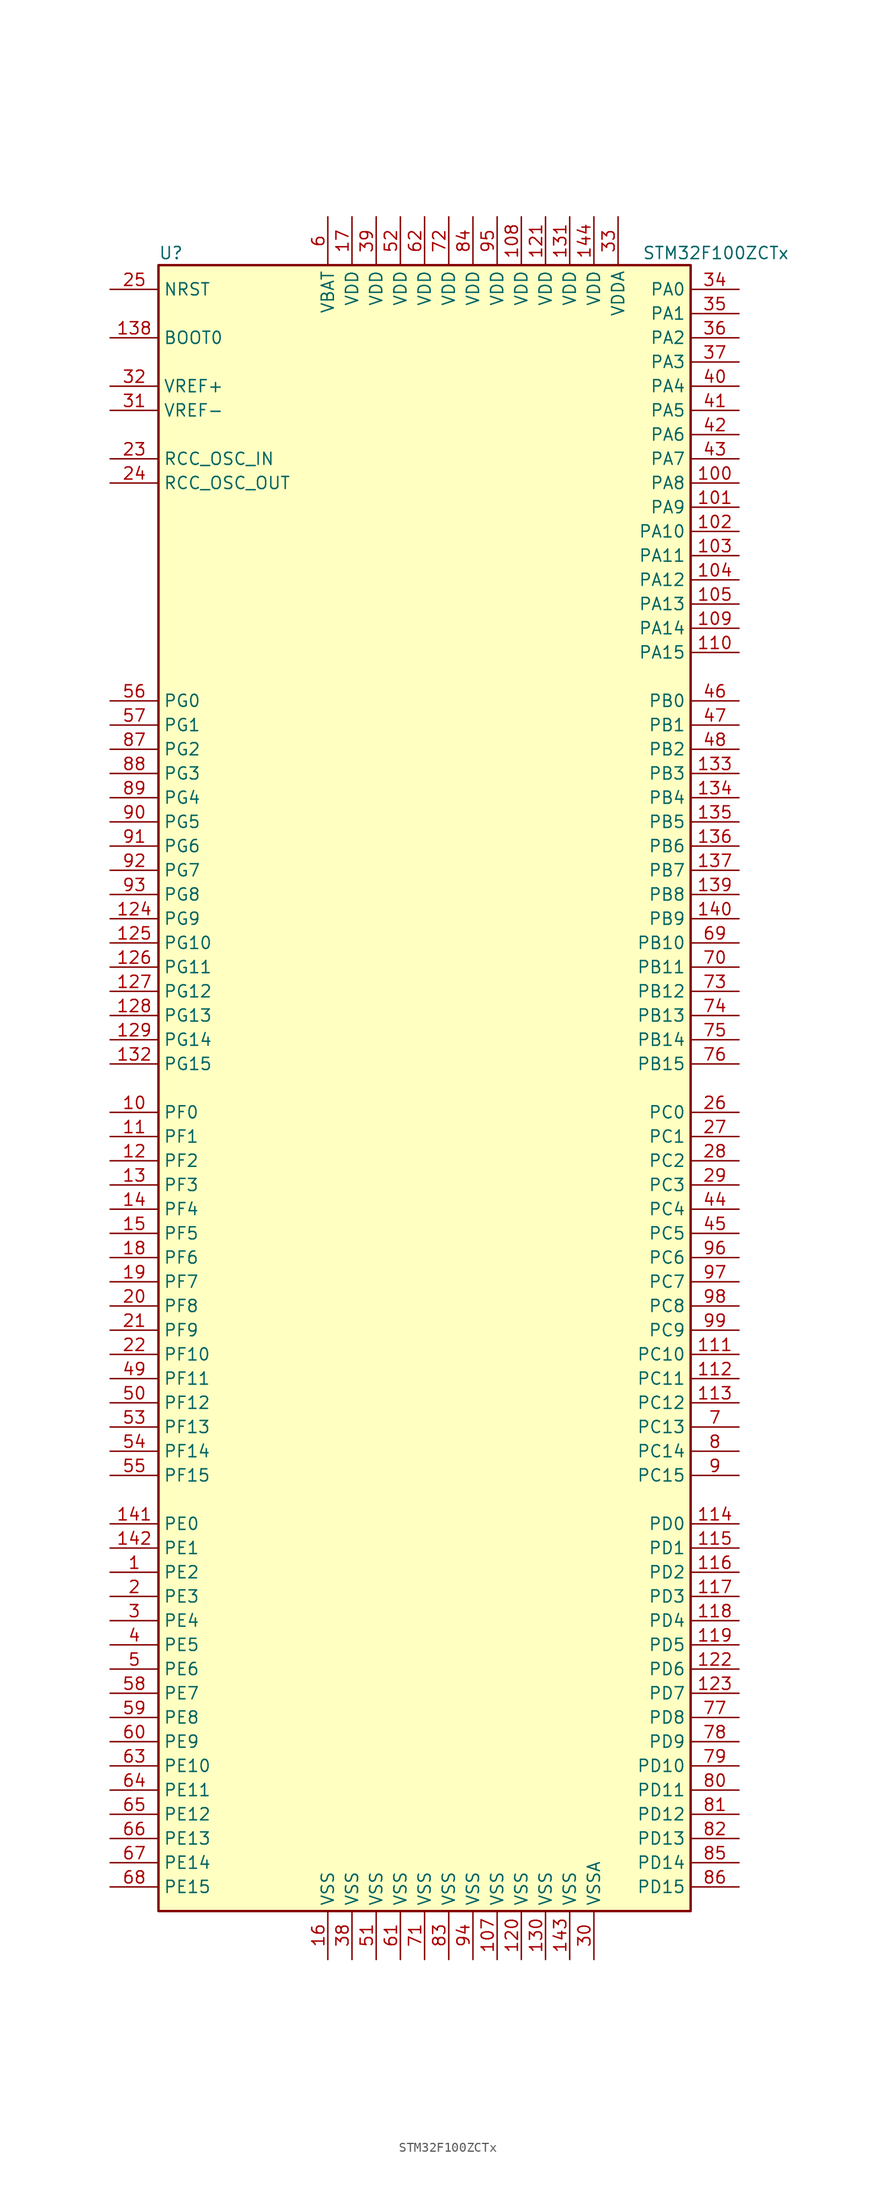
<source format=kicad_sym>
(kicad_symbol_lib
  (version 20200908)
  (generator kicad_symbol_editor)
  (symbol "MCU_ST_STM32F1:STM32F100ZCTx"
    (property "Reference" "U"
      (at -27.94 87.63 0)
      (effects (font (size 1.27 1.27)) (justify left)))
    (property "Value" "STM32F100ZCTx"
      (at 22.86 87.63 0)
      (effects (font (size 1.27 1.27)) (justify left)))
    (symbol "STM32F100ZCTx_0_1"
      (rectangle (start -27.94 -86.36) (end 27.94 86.36) (stroke (width 0.254)) (fill (type background))))
    (symbol "STM32F100ZCTx_1_1"
      (pin input line (at -33.02 78.74 0) (length 5.08) (name "BOOT0" (effects (font (size 1.27 1.27)))) (number "138" (effects (font (size 1.27 1.27)))))
      (pin unconnected line (at -27.94 -83.82 0) (length 5.08) hide (name "NC" (effects (font (size 1.27 1.27)))) (number "106" (effects (font (size 1.27 1.27)))))
      (pin input line (at -33.02 83.82 0) (length 5.08) (name "NRST" (effects (font (size 1.27 1.27)))) (number "25" (effects (font (size 1.27 1.27)))))
      (pin bidirectional line (at 33.02 83.82 180) (length 5.08) (name "PA0" (effects (font (size 1.27 1.27)))) (number "34" (effects (font (size 1.27 1.27)))))
      (pin bidirectional line (at 33.02 81.28 180) (length 5.08) (name "PA1" (effects (font (size 1.27 1.27)))) (number "35" (effects (font (size 1.27 1.27)))))
      (pin bidirectional line (at 33.02 58.42 180) (length 5.08) (name "PA10" (effects (font (size 1.27 1.27)))) (number "102" (effects (font (size 1.27 1.27)))))
      (pin bidirectional line (at 33.02 55.88 180) (length 5.08) (name "PA11" (effects (font (size 1.27 1.27)))) (number "103" (effects (font (size 1.27 1.27)))))
      (pin bidirectional line (at 33.02 53.34 180) (length 5.08) (name "PA12" (effects (font (size 1.27 1.27)))) (number "104" (effects (font (size 1.27 1.27)))))
      (pin bidirectional line (at 33.02 50.8 180) (length 5.08) (name "PA13" (effects (font (size 1.27 1.27)))) (number "105" (effects (font (size 1.27 1.27)))))
      (pin bidirectional line (at 33.02 48.26 180) (length 5.08) (name "PA14" (effects (font (size 1.27 1.27)))) (number "109" (effects (font (size 1.27 1.27)))))
      (pin bidirectional line (at 33.02 45.72 180) (length 5.08) (name "PA15" (effects (font (size 1.27 1.27)))) (number "110" (effects (font (size 1.27 1.27)))))
      (pin bidirectional line (at 33.02 78.74 180) (length 5.08) (name "PA2" (effects (font (size 1.27 1.27)))) (number "36" (effects (font (size 1.27 1.27)))))
      (pin bidirectional line (at 33.02 76.2 180) (length 5.08) (name "PA3" (effects (font (size 1.27 1.27)))) (number "37" (effects (font (size 1.27 1.27)))))
      (pin bidirectional line (at 33.02 73.66 180) (length 5.08) (name "PA4" (effects (font (size 1.27 1.27)))) (number "40" (effects (font (size 1.27 1.27)))))
      (pin bidirectional line (at 33.02 71.12 180) (length 5.08) (name "PA5" (effects (font (size 1.27 1.27)))) (number "41" (effects (font (size 1.27 1.27)))))
      (pin bidirectional line (at 33.02 68.58 180) (length 5.08) (name "PA6" (effects (font (size 1.27 1.27)))) (number "42" (effects (font (size 1.27 1.27)))))
      (pin bidirectional line (at 33.02 66.04 180) (length 5.08) (name "PA7" (effects (font (size 1.27 1.27)))) (number "43" (effects (font (size 1.27 1.27)))))
      (pin bidirectional line (at 33.02 63.5 180) (length 5.08) (name "PA8" (effects (font (size 1.27 1.27)))) (number "100" (effects (font (size 1.27 1.27)))))
      (pin bidirectional line (at 33.02 60.96 180) (length 5.08) (name "PA9" (effects (font (size 1.27 1.27)))) (number "101" (effects (font (size 1.27 1.27)))))
      (pin bidirectional line (at 33.02 40.64 180) (length 5.08) (name "PB0" (effects (font (size 1.27 1.27)))) (number "46" (effects (font (size 1.27 1.27)))))
      (pin bidirectional line (at 33.02 38.1 180) (length 5.08) (name "PB1" (effects (font (size 1.27 1.27)))) (number "47" (effects (font (size 1.27 1.27)))))
      (pin bidirectional line (at 33.02 15.24 180) (length 5.08) (name "PB10" (effects (font (size 1.27 1.27)))) (number "69" (effects (font (size 1.27 1.27)))))
      (pin bidirectional line (at 33.02 12.7 180) (length 5.08) (name "PB11" (effects (font (size 1.27 1.27)))) (number "70" (effects (font (size 1.27 1.27)))))
      (pin bidirectional line (at 33.02 10.16 180) (length 5.08) (name "PB12" (effects (font (size 1.27 1.27)))) (number "73" (effects (font (size 1.27 1.27)))))
      (pin bidirectional line (at 33.02 7.62 180) (length 5.08) (name "PB13" (effects (font (size 1.27 1.27)))) (number "74" (effects (font (size 1.27 1.27)))))
      (pin bidirectional line (at 33.02 5.08 180) (length 5.08) (name "PB14" (effects (font (size 1.27 1.27)))) (number "75" (effects (font (size 1.27 1.27)))))
      (pin bidirectional line (at 33.02 2.54 180) (length 5.08) (name "PB15" (effects (font (size 1.27 1.27)))) (number "76" (effects (font (size 1.27 1.27)))))
      (pin bidirectional line (at 33.02 35.56 180) (length 5.08) (name "PB2" (effects (font (size 1.27 1.27)))) (number "48" (effects (font (size 1.27 1.27)))))
      (pin bidirectional line (at 33.02 33.02 180) (length 5.08) (name "PB3" (effects (font (size 1.27 1.27)))) (number "133" (effects (font (size 1.27 1.27)))))
      (pin bidirectional line (at 33.02 30.48 180) (length 5.08) (name "PB4" (effects (font (size 1.27 1.27)))) (number "134" (effects (font (size 1.27 1.27)))))
      (pin bidirectional line (at 33.02 27.94 180) (length 5.08) (name "PB5" (effects (font (size 1.27 1.27)))) (number "135" (effects (font (size 1.27 1.27)))))
      (pin bidirectional line (at 33.02 25.4 180) (length 5.08) (name "PB6" (effects (font (size 1.27 1.27)))) (number "136" (effects (font (size 1.27 1.27)))))
      (pin bidirectional line (at 33.02 22.86 180) (length 5.08) (name "PB7" (effects (font (size 1.27 1.27)))) (number "137" (effects (font (size 1.27 1.27)))))
      (pin bidirectional line (at 33.02 20.32 180) (length 5.08) (name "PB8" (effects (font (size 1.27 1.27)))) (number "139" (effects (font (size 1.27 1.27)))))
      (pin bidirectional line (at 33.02 17.78 180) (length 5.08) (name "PB9" (effects (font (size 1.27 1.27)))) (number "140" (effects (font (size 1.27 1.27)))))
      (pin bidirectional line (at 33.02 -2.54 180) (length 5.08) (name "PC0" (effects (font (size 1.27 1.27)))) (number "26" (effects (font (size 1.27 1.27)))))
      (pin bidirectional line (at 33.02 -5.08 180) (length 5.08) (name "PC1" (effects (font (size 1.27 1.27)))) (number "27" (effects (font (size 1.27 1.27)))))
      (pin bidirectional line (at 33.02 -27.94 180) (length 5.08) (name "PC10" (effects (font (size 1.27 1.27)))) (number "111" (effects (font (size 1.27 1.27)))))
      (pin bidirectional line (at 33.02 -30.48 180) (length 5.08) (name "PC11" (effects (font (size 1.27 1.27)))) (number "112" (effects (font (size 1.27 1.27)))))
      (pin bidirectional line (at 33.02 -33.02 180) (length 5.08) (name "PC12" (effects (font (size 1.27 1.27)))) (number "113" (effects (font (size 1.27 1.27)))))
      (pin bidirectional line (at 33.02 -35.56 180) (length 5.08) (name "PC13" (effects (font (size 1.27 1.27)))) (number "7" (effects (font (size 1.27 1.27)))))
      (pin bidirectional line (at 33.02 -38.1 180) (length 5.08) (name "PC14" (effects (font (size 1.27 1.27)))) (number "8" (effects (font (size 1.27 1.27)))))
      (pin bidirectional line (at 33.02 -40.64 180) (length 5.08) (name "PC15" (effects (font (size 1.27 1.27)))) (number "9" (effects (font (size 1.27 1.27)))))
      (pin bidirectional line (at 33.02 -7.62 180) (length 5.08) (name "PC2" (effects (font (size 1.27 1.27)))) (number "28" (effects (font (size 1.27 1.27)))))
      (pin bidirectional line (at 33.02 -10.16 180) (length 5.08) (name "PC3" (effects (font (size 1.27 1.27)))) (number "29" (effects (font (size 1.27 1.27)))))
      (pin bidirectional line (at 33.02 -12.7 180) (length 5.08) (name "PC4" (effects (font (size 1.27 1.27)))) (number "44" (effects (font (size 1.27 1.27)))))
      (pin bidirectional line (at 33.02 -15.24 180) (length 5.08) (name "PC5" (effects (font (size 1.27 1.27)))) (number "45" (effects (font (size 1.27 1.27)))))
      (pin bidirectional line (at 33.02 -17.78 180) (length 5.08) (name "PC6" (effects (font (size 1.27 1.27)))) (number "96" (effects (font (size 1.27 1.27)))))
      (pin bidirectional line (at 33.02 -20.32 180) (length 5.08) (name "PC7" (effects (font (size 1.27 1.27)))) (number "97" (effects (font (size 1.27 1.27)))))
      (pin bidirectional line (at 33.02 -22.86 180) (length 5.08) (name "PC8" (effects (font (size 1.27 1.27)))) (number "98" (effects (font (size 1.27 1.27)))))
      (pin bidirectional line (at 33.02 -25.4 180) (length 5.08) (name "PC9" (effects (font (size 1.27 1.27)))) (number "99" (effects (font (size 1.27 1.27)))))
      (pin bidirectional line (at 33.02 -45.72 180) (length 5.08) (name "PD0" (effects (font (size 1.27 1.27)))) (number "114" (effects (font (size 1.27 1.27)))))
      (pin bidirectional line (at 33.02 -48.26 180) (length 5.08) (name "PD1" (effects (font (size 1.27 1.27)))) (number "115" (effects (font (size 1.27 1.27)))))
      (pin bidirectional line (at 33.02 -71.12 180) (length 5.08) (name "PD10" (effects (font (size 1.27 1.27)))) (number "79" (effects (font (size 1.27 1.27)))))
      (pin bidirectional line (at 33.02 -73.66 180) (length 5.08) (name "PD11" (effects (font (size 1.27 1.27)))) (number "80" (effects (font (size 1.27 1.27)))))
      (pin bidirectional line (at 33.02 -76.2 180) (length 5.08) (name "PD12" (effects (font (size 1.27 1.27)))) (number "81" (effects (font (size 1.27 1.27)))))
      (pin bidirectional line (at 33.02 -78.74 180) (length 5.08) (name "PD13" (effects (font (size 1.27 1.27)))) (number "82" (effects (font (size 1.27 1.27)))))
      (pin bidirectional line (at 33.02 -81.28 180) (length 5.08) (name "PD14" (effects (font (size 1.27 1.27)))) (number "85" (effects (font (size 1.27 1.27)))))
      (pin bidirectional line (at 33.02 -83.82 180) (length 5.08) (name "PD15" (effects (font (size 1.27 1.27)))) (number "86" (effects (font (size 1.27 1.27)))))
      (pin bidirectional line (at 33.02 -50.8 180) (length 5.08) (name "PD2" (effects (font (size 1.27 1.27)))) (number "116" (effects (font (size 1.27 1.27)))))
      (pin bidirectional line (at 33.02 -53.34 180) (length 5.08) (name "PD3" (effects (font (size 1.27 1.27)))) (number "117" (effects (font (size 1.27 1.27)))))
      (pin bidirectional line (at 33.02 -55.88 180) (length 5.08) (name "PD4" (effects (font (size 1.27 1.27)))) (number "118" (effects (font (size 1.27 1.27)))))
      (pin bidirectional line (at 33.02 -58.42 180) (length 5.08) (name "PD5" (effects (font (size 1.27 1.27)))) (number "119" (effects (font (size 1.27 1.27)))))
      (pin bidirectional line (at 33.02 -60.96 180) (length 5.08) (name "PD6" (effects (font (size 1.27 1.27)))) (number "122" (effects (font (size 1.27 1.27)))))
      (pin bidirectional line (at 33.02 -63.5 180) (length 5.08) (name "PD7" (effects (font (size 1.27 1.27)))) (number "123" (effects (font (size 1.27 1.27)))))
      (pin bidirectional line (at 33.02 -66.04 180) (length 5.08) (name "PD8" (effects (font (size 1.27 1.27)))) (number "77" (effects (font (size 1.27 1.27)))))
      (pin bidirectional line (at 33.02 -68.58 180) (length 5.08) (name "PD9" (effects (font (size 1.27 1.27)))) (number "78" (effects (font (size 1.27 1.27)))))
      (pin bidirectional line (at -33.02 -45.72 0) (length 5.08) (name "PE0" (effects (font (size 1.27 1.27)))) (number "141" (effects (font (size 1.27 1.27)))))
      (pin bidirectional line (at -33.02 -48.26 0) (length 5.08) (name "PE1" (effects (font (size 1.27 1.27)))) (number "142" (effects (font (size 1.27 1.27)))))
      (pin bidirectional line (at -33.02 -71.12 0) (length 5.08) (name "PE10" (effects (font (size 1.27 1.27)))) (number "63" (effects (font (size 1.27 1.27)))))
      (pin bidirectional line (at -33.02 -73.66 0) (length 5.08) (name "PE11" (effects (font (size 1.27 1.27)))) (number "64" (effects (font (size 1.27 1.27)))))
      (pin bidirectional line (at -33.02 -76.2 0) (length 5.08) (name "PE12" (effects (font (size 1.27 1.27)))) (number "65" (effects (font (size 1.27 1.27)))))
      (pin bidirectional line (at -33.02 -78.74 0) (length 5.08) (name "PE13" (effects (font (size 1.27 1.27)))) (number "66" (effects (font (size 1.27 1.27)))))
      (pin bidirectional line (at -33.02 -81.28 0) (length 5.08) (name "PE14" (effects (font (size 1.27 1.27)))) (number "67" (effects (font (size 1.27 1.27)))))
      (pin bidirectional line (at -33.02 -83.82 0) (length 5.08) (name "PE15" (effects (font (size 1.27 1.27)))) (number "68" (effects (font (size 1.27 1.27)))))
      (pin bidirectional line (at -33.02 -50.8 0) (length 5.08) (name "PE2" (effects (font (size 1.27 1.27)))) (number "1" (effects (font (size 1.27 1.27)))))
      (pin bidirectional line (at -33.02 -53.34 0) (length 5.08) (name "PE3" (effects (font (size 1.27 1.27)))) (number "2" (effects (font (size 1.27 1.27)))))
      (pin bidirectional line (at -33.02 -55.88 0) (length 5.08) (name "PE4" (effects (font (size 1.27 1.27)))) (number "3" (effects (font (size 1.27 1.27)))))
      (pin bidirectional line (at -33.02 -58.42 0) (length 5.08) (name "PE5" (effects (font (size 1.27 1.27)))) (number "4" (effects (font (size 1.27 1.27)))))
      (pin bidirectional line (at -33.02 -60.96 0) (length 5.08) (name "PE6" (effects (font (size 1.27 1.27)))) (number "5" (effects (font (size 1.27 1.27)))))
      (pin bidirectional line (at -33.02 -63.5 0) (length 5.08) (name "PE7" (effects (font (size 1.27 1.27)))) (number "58" (effects (font (size 1.27 1.27)))))
      (pin bidirectional line (at -33.02 -66.04 0) (length 5.08) (name "PE8" (effects (font (size 1.27 1.27)))) (number "59" (effects (font (size 1.27 1.27)))))
      (pin bidirectional line (at -33.02 -68.58 0) (length 5.08) (name "PE9" (effects (font (size 1.27 1.27)))) (number "60" (effects (font (size 1.27 1.27)))))
      (pin bidirectional line (at -33.02 -2.54 0) (length 5.08) (name "PF0" (effects (font (size 1.27 1.27)))) (number "10" (effects (font (size 1.27 1.27)))))
      (pin bidirectional line (at -33.02 -5.08 0) (length 5.08) (name "PF1" (effects (font (size 1.27 1.27)))) (number "11" (effects (font (size 1.27 1.27)))))
      (pin bidirectional line (at -33.02 -27.94 0) (length 5.08) (name "PF10" (effects (font (size 1.27 1.27)))) (number "22" (effects (font (size 1.27 1.27)))))
      (pin bidirectional line (at -33.02 -30.48 0) (length 5.08) (name "PF11" (effects (font (size 1.27 1.27)))) (number "49" (effects (font (size 1.27 1.27)))))
      (pin bidirectional line (at -33.02 -33.02 0) (length 5.08) (name "PF12" (effects (font (size 1.27 1.27)))) (number "50" (effects (font (size 1.27 1.27)))))
      (pin bidirectional line (at -33.02 -35.56 0) (length 5.08) (name "PF13" (effects (font (size 1.27 1.27)))) (number "53" (effects (font (size 1.27 1.27)))))
      (pin bidirectional line (at -33.02 -38.1 0) (length 5.08) (name "PF14" (effects (font (size 1.27 1.27)))) (number "54" (effects (font (size 1.27 1.27)))))
      (pin bidirectional line (at -33.02 -40.64 0) (length 5.08) (name "PF15" (effects (font (size 1.27 1.27)))) (number "55" (effects (font (size 1.27 1.27)))))
      (pin bidirectional line (at -33.02 -7.62 0) (length 5.08) (name "PF2" (effects (font (size 1.27 1.27)))) (number "12" (effects (font (size 1.27 1.27)))))
      (pin bidirectional line (at -33.02 -10.16 0) (length 5.08) (name "PF3" (effects (font (size 1.27 1.27)))) (number "13" (effects (font (size 1.27 1.27)))))
      (pin bidirectional line (at -33.02 -12.7 0) (length 5.08) (name "PF4" (effects (font (size 1.27 1.27)))) (number "14" (effects (font (size 1.27 1.27)))))
      (pin bidirectional line (at -33.02 -15.24 0) (length 5.08) (name "PF5" (effects (font (size 1.27 1.27)))) (number "15" (effects (font (size 1.27 1.27)))))
      (pin bidirectional line (at -33.02 -17.78 0) (length 5.08) (name "PF6" (effects (font (size 1.27 1.27)))) (number "18" (effects (font (size 1.27 1.27)))))
      (pin bidirectional line (at -33.02 -20.32 0) (length 5.08) (name "PF7" (effects (font (size 1.27 1.27)))) (number "19" (effects (font (size 1.27 1.27)))))
      (pin bidirectional line (at -33.02 -22.86 0) (length 5.08) (name "PF8" (effects (font (size 1.27 1.27)))) (number "20" (effects (font (size 1.27 1.27)))))
      (pin bidirectional line (at -33.02 -25.4 0) (length 5.08) (name "PF9" (effects (font (size 1.27 1.27)))) (number "21" (effects (font (size 1.27 1.27)))))
      (pin bidirectional line (at -33.02 40.64 0) (length 5.08) (name "PG0" (effects (font (size 1.27 1.27)))) (number "56" (effects (font (size 1.27 1.27)))))
      (pin bidirectional line (at -33.02 38.1 0) (length 5.08) (name "PG1" (effects (font (size 1.27 1.27)))) (number "57" (effects (font (size 1.27 1.27)))))
      (pin bidirectional line (at -33.02 15.24 0) (length 5.08) (name "PG10" (effects (font (size 1.27 1.27)))) (number "125" (effects (font (size 1.27 1.27)))))
      (pin bidirectional line (at -33.02 12.7 0) (length 5.08) (name "PG11" (effects (font (size 1.27 1.27)))) (number "126" (effects (font (size 1.27 1.27)))))
      (pin bidirectional line (at -33.02 10.16 0) (length 5.08) (name "PG12" (effects (font (size 1.27 1.27)))) (number "127" (effects (font (size 1.27 1.27)))))
      (pin bidirectional line (at -33.02 7.62 0) (length 5.08) (name "PG13" (effects (font (size 1.27 1.27)))) (number "128" (effects (font (size 1.27 1.27)))))
      (pin bidirectional line (at -33.02 5.08 0) (length 5.08) (name "PG14" (effects (font (size 1.27 1.27)))) (number "129" (effects (font (size 1.27 1.27)))))
      (pin bidirectional line (at -33.02 2.54 0) (length 5.08) (name "PG15" (effects (font (size 1.27 1.27)))) (number "132" (effects (font (size 1.27 1.27)))))
      (pin bidirectional line (at -33.02 35.56 0) (length 5.08) (name "PG2" (effects (font (size 1.27 1.27)))) (number "87" (effects (font (size 1.27 1.27)))))
      (pin bidirectional line (at -33.02 33.02 0) (length 5.08) (name "PG3" (effects (font (size 1.27 1.27)))) (number "88" (effects (font (size 1.27 1.27)))))
      (pin bidirectional line (at -33.02 30.48 0) (length 5.08) (name "PG4" (effects (font (size 1.27 1.27)))) (number "89" (effects (font (size 1.27 1.27)))))
      (pin bidirectional line (at -33.02 27.94 0) (length 5.08) (name "PG5" (effects (font (size 1.27 1.27)))) (number "90" (effects (font (size 1.27 1.27)))))
      (pin bidirectional line (at -33.02 25.4 0) (length 5.08) (name "PG6" (effects (font (size 1.27 1.27)))) (number "91" (effects (font (size 1.27 1.27)))))
      (pin bidirectional line (at -33.02 22.86 0) (length 5.08) (name "PG7" (effects (font (size 1.27 1.27)))) (number "92" (effects (font (size 1.27 1.27)))))
      (pin bidirectional line (at -33.02 20.32 0) (length 5.08) (name "PG8" (effects (font (size 1.27 1.27)))) (number "93" (effects (font (size 1.27 1.27)))))
      (pin bidirectional line (at -33.02 17.78 0) (length 5.08) (name "PG9" (effects (font (size 1.27 1.27)))) (number "124" (effects (font (size 1.27 1.27)))))
      (pin input line (at -33.02 66.04 0) (length 5.08) (name "RCC_OSC_IN" (effects (font (size 1.27 1.27)))) (number "23" (effects (font (size 1.27 1.27)))))
      (pin input line (at -33.02 63.5 0) (length 5.08) (name "RCC_OSC_OUT" (effects (font (size 1.27 1.27)))) (number "24" (effects (font (size 1.27 1.27)))))
      (pin power_in line (at -10.16 91.44 270) (length 5.08) (name "VBAT" (effects (font (size 1.27 1.27)))) (number "6" (effects (font (size 1.27 1.27)))))
      (pin power_in line (at 10.16 91.44 270) (length 5.08) (name "VDD" (effects (font (size 1.27 1.27)))) (number "108" (effects (font (size 1.27 1.27)))))
      (pin power_in line (at 12.7 91.44 270) (length 5.08) (name "VDD" (effects (font (size 1.27 1.27)))) (number "121" (effects (font (size 1.27 1.27)))))
      (pin power_in line (at 15.24 91.44 270) (length 5.08) (name "VDD" (effects (font (size 1.27 1.27)))) (number "131" (effects (font (size 1.27 1.27)))))
      (pin power_in line (at 17.78 91.44 270) (length 5.08) (name "VDD" (effects (font (size 1.27 1.27)))) (number "144" (effects (font (size 1.27 1.27)))))
      (pin power_in line (at -7.62 91.44 270) (length 5.08) (name "VDD" (effects (font (size 1.27 1.27)))) (number "17" (effects (font (size 1.27 1.27)))))
      (pin power_in line (at -5.08 91.44 270) (length 5.08) (name "VDD" (effects (font (size 1.27 1.27)))) (number "39" (effects (font (size 1.27 1.27)))))
      (pin power_in line (at -2.54 91.44 270) (length 5.08) (name "VDD" (effects (font (size 1.27 1.27)))) (number "52" (effects (font (size 1.27 1.27)))))
      (pin power_in line (at 0 91.44 270) (length 5.08) (name "VDD" (effects (font (size 1.27 1.27)))) (number "62" (effects (font (size 1.27 1.27)))))
      (pin power_in line (at 2.54 91.44 270) (length 5.08) (name "VDD" (effects (font (size 1.27 1.27)))) (number "72" (effects (font (size 1.27 1.27)))))
      (pin power_in line (at 5.08 91.44 270) (length 5.08) (name "VDD" (effects (font (size 1.27 1.27)))) (number "84" (effects (font (size 1.27 1.27)))))
      (pin power_in line (at 7.62 91.44 270) (length 5.08) (name "VDD" (effects (font (size 1.27 1.27)))) (number "95" (effects (font (size 1.27 1.27)))))
      (pin power_in line (at 20.32 91.44 270) (length 5.08) (name "VDDA" (effects (font (size 1.27 1.27)))) (number "33" (effects (font (size 1.27 1.27)))))
      (pin power_in line (at -33.02 73.66 0) (length 5.08) (name "VREF+" (effects (font (size 1.27 1.27)))) (number "32" (effects (font (size 1.27 1.27)))))
      (pin power_in line (at -33.02 71.12 0) (length 5.08) (name "VREF-" (effects (font (size 1.27 1.27)))) (number "31" (effects (font (size 1.27 1.27)))))
      (pin power_in line (at 7.62 -91.44 90) (length 5.08) (name "VSS" (effects (font (size 1.27 1.27)))) (number "107" (effects (font (size 1.27 1.27)))))
      (pin power_in line (at 10.16 -91.44 90) (length 5.08) (name "VSS" (effects (font (size 1.27 1.27)))) (number "120" (effects (font (size 1.27 1.27)))))
      (pin power_in line (at 12.7 -91.44 90) (length 5.08) (name "VSS" (effects (font (size 1.27 1.27)))) (number "130" (effects (font (size 1.27 1.27)))))
      (pin power_in line (at 15.24 -91.44 90) (length 5.08) (name "VSS" (effects (font (size 1.27 1.27)))) (number "143" (effects (font (size 1.27 1.27)))))
      (pin power_in line (at -10.16 -91.44 90) (length 5.08) (name "VSS" (effects (font (size 1.27 1.27)))) (number "16" (effects (font (size 1.27 1.27)))))
      (pin power_in line (at -7.62 -91.44 90) (length 5.08) (name "VSS" (effects (font (size 1.27 1.27)))) (number "38" (effects (font (size 1.27 1.27)))))
      (pin power_in line (at -5.08 -91.44 90) (length 5.08) (name "VSS" (effects (font (size 1.27 1.27)))) (number "51" (effects (font (size 1.27 1.27)))))
      (pin power_in line (at -2.54 -91.44 90) (length 5.08) (name "VSS" (effects (font (size 1.27 1.27)))) (number "61" (effects (font (size 1.27 1.27)))))
      (pin power_in line (at 0 -91.44 90) (length 5.08) (name "VSS" (effects (font (size 1.27 1.27)))) (number "71" (effects (font (size 1.27 1.27)))))
      (pin power_in line (at 2.54 -91.44 90) (length 5.08) (name "VSS" (effects (font (size 1.27 1.27)))) (number "83" (effects (font (size 1.27 1.27)))))
      (pin power_in line (at 5.08 -91.44 90) (length 5.08) (name "VSS" (effects (font (size 1.27 1.27)))) (number "94" (effects (font (size 1.27 1.27)))))
      (pin power_in line (at 17.78 -91.44 90) (length 5.08) (name "VSSA" (effects (font (size 1.27 1.27)))) (number "30" (effects (font (size 1.27 1.27))))))))
</source>
